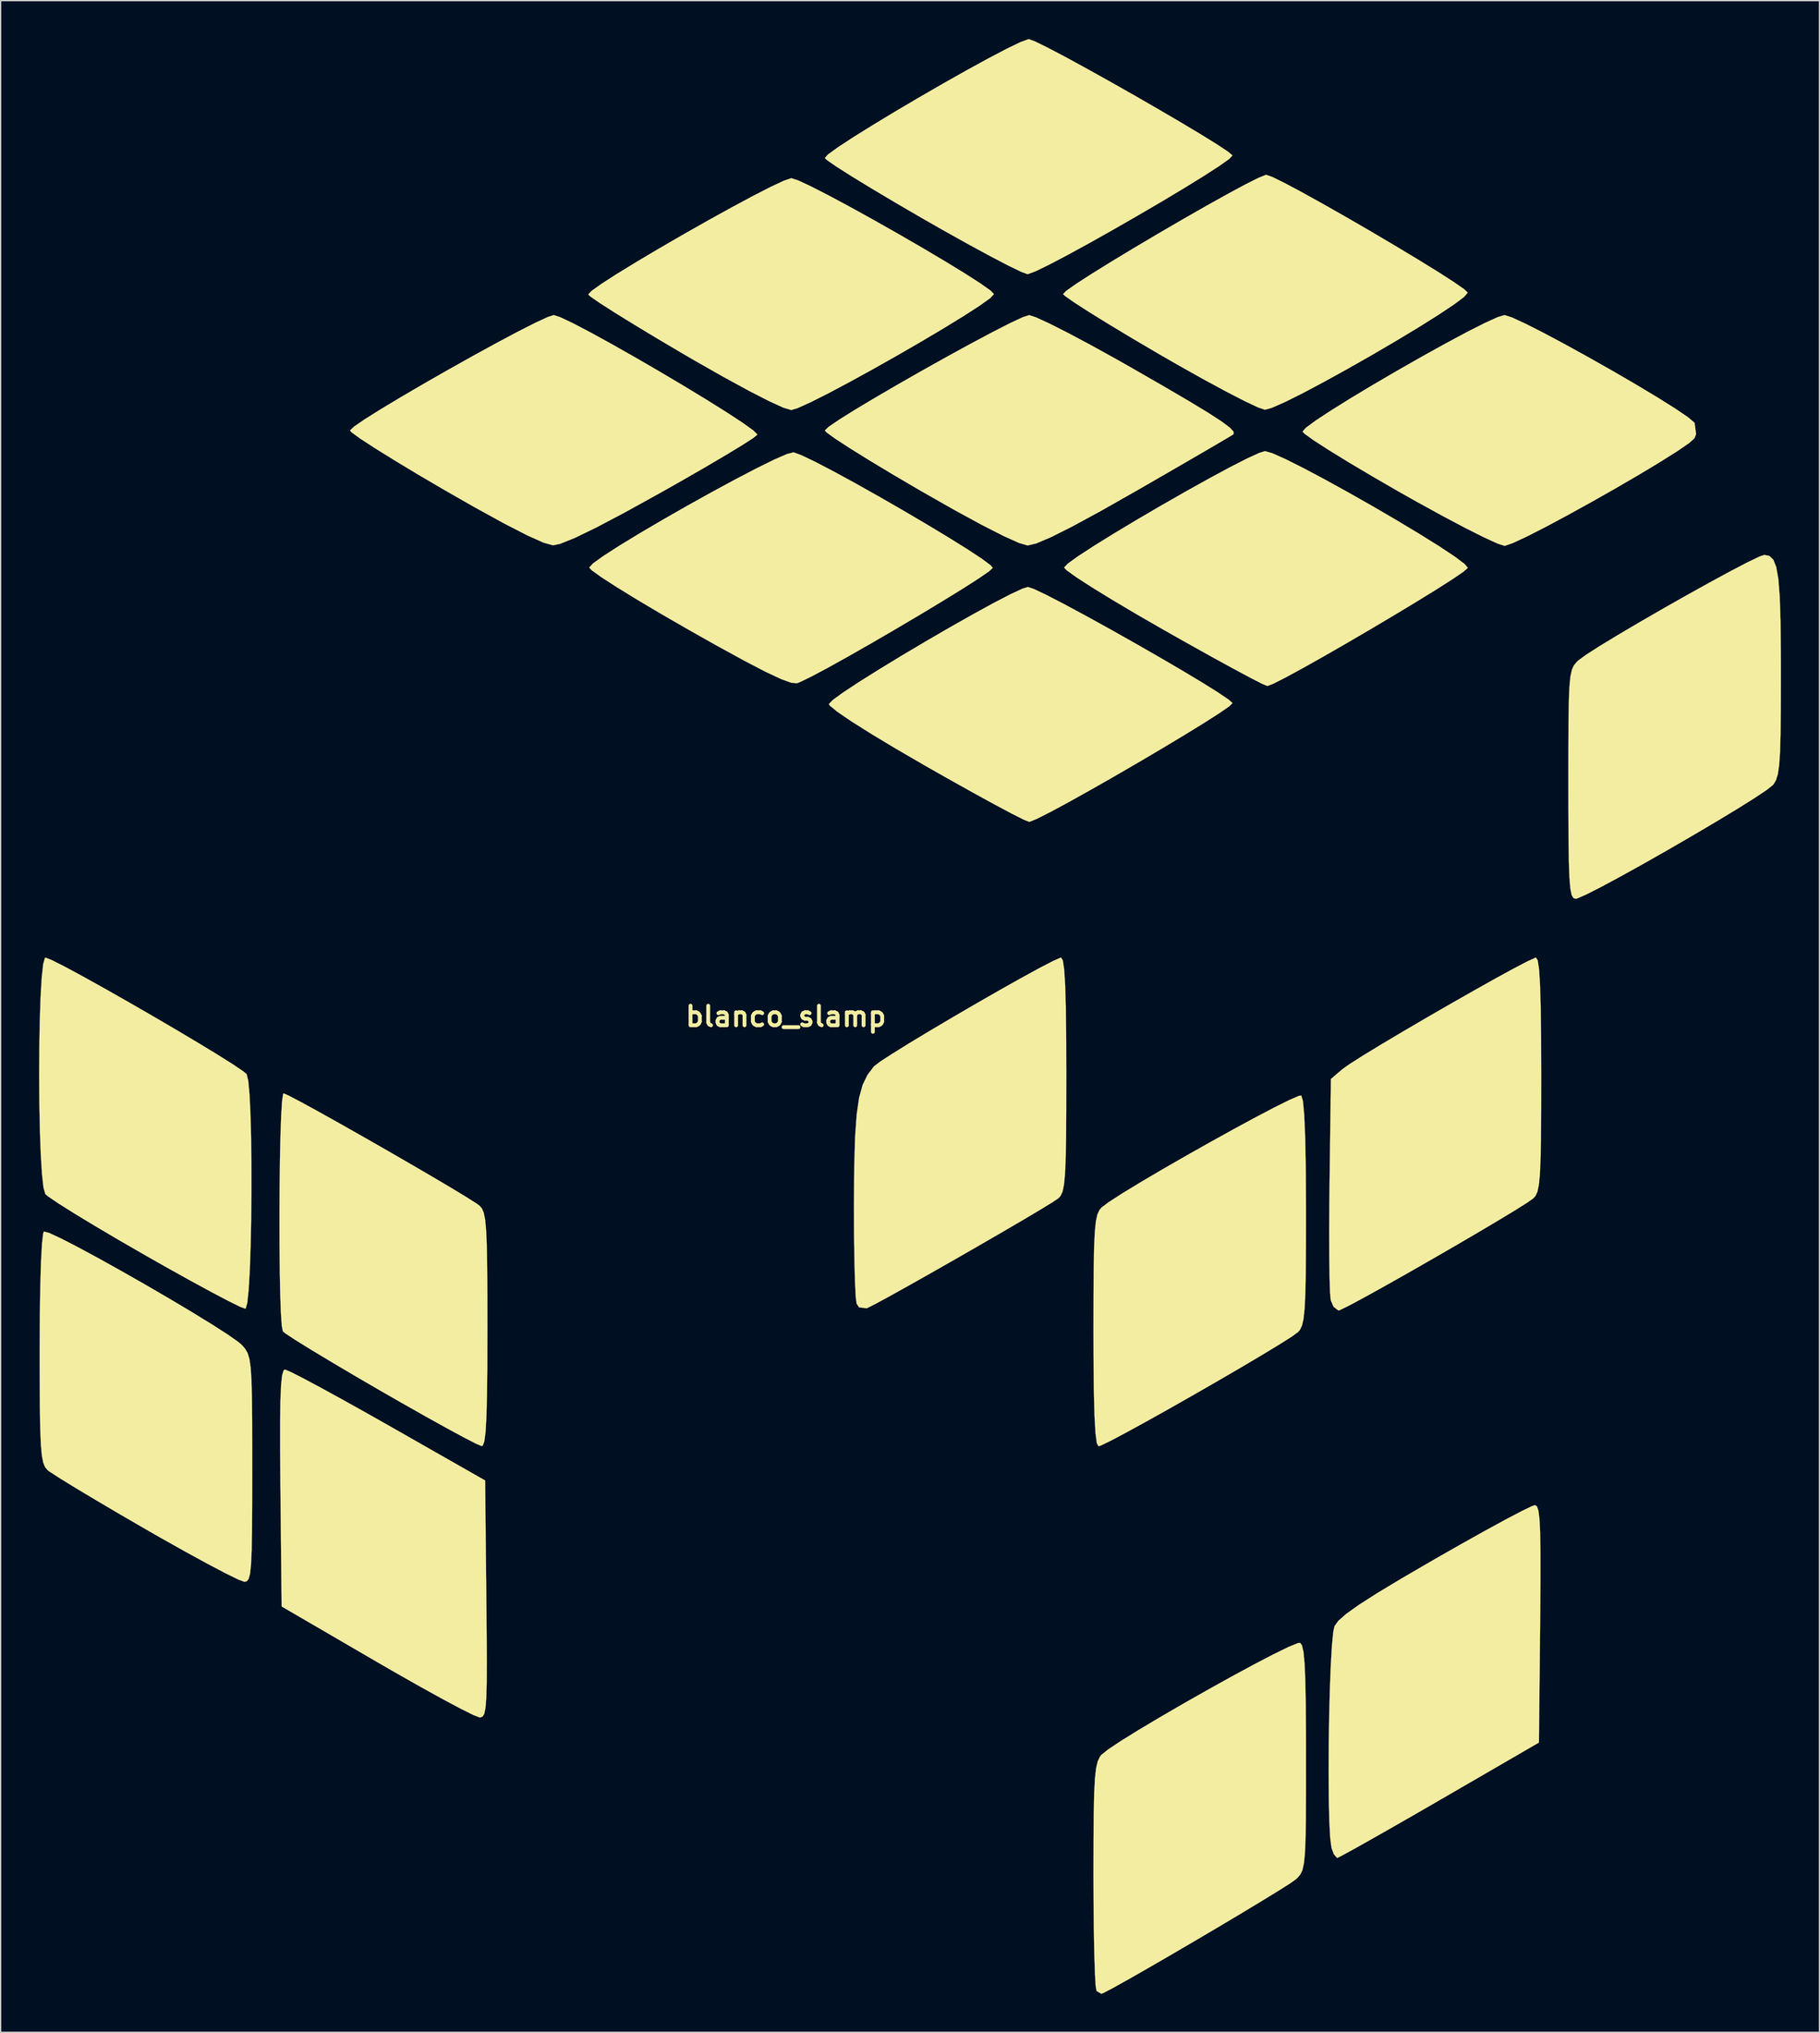
<source format=kicad_pcb>
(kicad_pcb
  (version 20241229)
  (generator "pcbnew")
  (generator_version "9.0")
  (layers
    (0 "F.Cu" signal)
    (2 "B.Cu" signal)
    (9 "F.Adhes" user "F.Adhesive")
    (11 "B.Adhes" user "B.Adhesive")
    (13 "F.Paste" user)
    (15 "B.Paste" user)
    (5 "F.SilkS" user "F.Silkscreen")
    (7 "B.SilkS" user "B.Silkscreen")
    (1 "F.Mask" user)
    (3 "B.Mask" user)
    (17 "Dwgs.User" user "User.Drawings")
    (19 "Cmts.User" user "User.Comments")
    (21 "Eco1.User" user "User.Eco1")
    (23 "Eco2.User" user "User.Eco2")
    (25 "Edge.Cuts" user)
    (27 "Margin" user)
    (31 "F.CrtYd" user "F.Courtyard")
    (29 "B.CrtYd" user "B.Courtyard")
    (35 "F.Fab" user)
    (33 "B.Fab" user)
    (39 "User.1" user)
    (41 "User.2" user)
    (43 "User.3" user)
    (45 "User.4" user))
  (footprint "blanco_slamp"
    (layer "F.Cu")
    (at 58.251 76.196)
    (property "Reference" "blanco_slamp" (at 0 0 0) (layer "F.SilkS") (effects (font (size 1.524 1.524) (thickness 0.3))))
    (attr through_hole)
    (fp_poly (pts (xy -38.657 27.701) (xy -37.715 28.178) (xy -36.34 28.911) (xy -34.619 29.853) (xy -32.642 30.956) (xy -31.044 31.86) (xy -23.46 36.178) (xy -23.366 45.43) (xy -23.34 48.226) (xy -23.329 50.395) (xy -23.338 52.017) (xy -23.372 53.168) (xy -23.434 53.929) (xy -23.529 54.378) (xy -23.663 54.593) (xy -23.838 54.652) (xy -23.895 54.652) (xy -24.364 54.472) (xy -25.348 53.983) (xy -26.757 53.233) (xy -28.497 52.272) (xy -30.477 51.15) (xy -31.926 50.313) (xy -39.335 46.002) (xy -39.429 36.76) (xy -39.452 33.854) (xy -39.452 31.589) (xy -39.428 29.896) (xy -39.376 28.711) (xy -39.294 27.968) (xy -39.18 27.599) (xy -39.076 27.53) (xy -38.657 27.701)) (stroke (width 0.01) (type solid)) (fill yes) (layer "F.SilkS"))
    (fp_poly (pts (xy 58.578 38.194) (xy 58.695 38.524) (xy 58.778 39.165) (xy 58.831 40.19) (xy 58.857 41.674) (xy 58.859 43.69) (xy 58.842 46.312) (xy 58.832 47.357) (xy 58.737 56.613) (xy 50.976 61.11) (xy 48.859 62.332) (xy 46.943 63.428) (xy 45.315 64.351) (xy 44.057 65.054) (xy 43.254 65.488) (xy 42.992 65.611) (xy 42.74 65.321) (xy 42.556 64.823) (xy 42.457 64.077) (xy 42.387 62.781) (xy 42.346 61.062) (xy 42.331 59.05) (xy 42.34 56.871) (xy 42.373 54.655) (xy 42.426 52.529) (xy 42.499 50.622) (xy 42.589 49.062) (xy 42.695 47.976) (xy 42.79 47.537) (xy 43.091 47.119) (xy 43.71 46.575) (xy 44.708 45.864) (xy 46.147 44.945) (xy 48.088 43.778) (xy 50.571 42.334) (xy 52.65 41.149) (xy 54.542 40.092) (xy 56.159 39.211) (xy 57.407 38.557) (xy 58.198 38.177) (xy 58.426 38.1) (xy 58.578 38.194)) (stroke (width 0.01) (type solid)) (fill yes) (layer "F.SilkS"))
    (fp_poly (pts (xy -17.586 -54.51) (xy -16.593 -54.038) (xy -15.225 -53.322) (xy -13.581 -52.419) (xy -11.758 -51.386) (xy -9.855 -50.282) (xy -7.968 -49.164) (xy -6.198 -48.089) (xy -4.64 -47.114) (xy -3.394 -46.299) (xy -2.557 -45.699) (xy -2.227 -45.373) (xy -2.227 -45.353) (xy -2.555 -45.089) (xy -3.415 -44.536) (xy -4.719 -43.745) (xy -6.381 -42.768) (xy -8.316 -41.656) (xy -9.727 -40.859) (xy -12.545 -39.302) (xy -14.787 -38.119) (xy -16.472 -37.303) (xy -17.615 -36.845) (xy -18.168 -36.731) (xy -18.891 -36.931) (xy -20.182 -37.508) (xy -22.02 -38.453) (xy -24.386 -39.755) (xy -26.635 -41.041) (xy -28.691 -42.246) (xy -30.524 -43.35) (xy -32.053 -44.299) (xy -33.193 -45.042) (xy -33.862 -45.526) (xy -34.005 -45.684) (xy -33.695 -45.981) (xy -32.863 -46.552) (xy -31.61 -47.339) (xy -30.037 -48.284) (xy -28.246 -49.33) (xy -26.337 -50.421) (xy -24.413 -51.498) (xy -22.574 -52.505) (xy -20.922 -53.384) (xy -19.557 -54.077) (xy -18.581 -54.529) (xy -18.107 -54.681) (xy -17.586 -54.51)) (stroke (width 0.01) (type solid)) (fill yes) (layer "F.SilkS"))
    (fp_poly (pts (xy 1.21 -43.757) (xy 2.282 -43.244) (xy 3.71 -42.499) (xy 5.396 -41.581) (xy 7.238 -40.547) (xy 9.136 -39.455) (xy 10.992 -38.364) (xy 12.703 -37.332) (xy 14.172 -36.416) (xy 15.296 -35.674) (xy 15.978 -35.165) (xy 16.137 -34.968) (xy 15.825 -34.685) (xy 14.997 -34.118) (xy 13.757 -33.326) (xy 12.205 -32.37) (xy 10.443 -31.309) (xy 8.572 -30.203) (xy 6.694 -29.111) (xy 4.909 -28.093) (xy 3.32 -27.209) (xy 2.028 -26.519) (xy 1.135 -26.083) (xy 0.866 -25.977) (xy 0.428 -26.011) (xy -0.373 -26.3) (xy -1.586 -26.868) (xy -3.261 -27.739) (xy -5.447 -28.938) (xy -7.601 -30.152) (xy -9.713 -31.369) (xy -11.606 -32.492) (xy -13.198 -33.47) (xy -14.404 -34.25) (xy -15.145 -34.782) (xy -15.346 -34.996) (xy -15.05 -35.319) (xy -14.228 -35.909) (xy -12.983 -36.709) (xy -11.415 -37.664) (xy -9.625 -38.715) (xy -7.716 -39.805) (xy -5.787 -40.878) (xy -3.941 -41.876) (xy -2.278 -42.742) (xy -0.9 -43.42) (xy 0.091 -43.852) (xy 0.594 -43.981) (xy 1.21 -43.757)) (stroke (width 0.01) (type solid)) (fill yes) (layer "F.SilkS"))
    (fp_poly (pts (xy 37.937 -43.913) (xy 38.971 -43.452) (xy 40.375 -42.748) (xy 42.049 -41.859) (xy 43.893 -40.843) (xy 45.808 -39.756) (xy 47.693 -38.655) (xy 49.449 -37.599) (xy 50.977 -36.645) (xy 52.176 -35.85) (xy 52.947 -35.271) (xy 53.191 -34.971) (xy 52.876 -34.689) (xy 52.046 -34.122) (xy 50.802 -33.327) (xy 49.244 -32.366) (xy 47.473 -31.297) (xy 45.589 -30.179) (xy 43.693 -29.071) (xy 41.885 -28.033) (xy 40.266 -27.124) (xy 38.936 -26.403) (xy 37.997 -25.929) (xy 37.553 -25.762) (xy 37.156 -25.927) (xy 36.235 -26.397) (xy 34.875 -27.125) (xy 33.163 -28.063) (xy 31.186 -29.166) (xy 29.439 -30.153) (xy 27.327 -31.37) (xy 25.434 -32.493) (xy 23.843 -33.471) (xy 22.637 -34.252) (xy 21.897 -34.784) (xy 21.696 -34.999) (xy 21.99 -35.308) (xy 22.804 -35.893) (xy 24.039 -36.696) (xy 25.592 -37.657) (xy 27.363 -38.719) (xy 29.252 -39.824) (xy 31.157 -40.912) (xy 32.978 -41.926) (xy 34.614 -42.808) (xy 35.964 -43.498) (xy 36.927 -43.939) (xy 37.371 -44.074) (xy 37.937 -43.913)) (stroke (width 0.01) (type solid)) (fill yes) (layer "F.SilkS"))
    (fp_poly (pts (xy 58.642 -4.366) (xy 58.747 -3.674) (xy 58.824 -2.463) (xy 58.876 -0.686) (xy 58.905 1.705) (xy 58.914 4.531) (xy 58.91 7.328) (xy 58.895 9.502) (xy 58.864 11.139) (xy 58.811 12.323) (xy 58.731 13.138) (xy 58.618 13.667) (xy 58.467 13.996) (xy 58.297 14.186) (xy 57.785 14.544) (xy 56.79 15.168) (xy 55.417 15.997) (xy 53.768 16.973) (xy 51.948 18.035) (xy 50.059 19.124) (xy 48.207 20.181) (xy 46.494 21.145) (xy 45.025 21.957) (xy 43.902 22.557) (xy 43.23 22.886) (xy 43.095 22.931) (xy 42.714 22.633) (xy 42.497 22.125) (xy 42.444 21.552) (xy 42.405 20.384) (xy 42.382 18.732) (xy 42.376 16.708) (xy 42.388 14.422) (xy 42.403 13.098) (xy 42.51 4.877) (xy 43.402 4.114) (xy 43.972 3.71) (xy 45.015 3.047) (xy 46.427 2.188) (xy 48.103 1.191) (xy 49.938 0.117) (xy 51.828 -0.973) (xy 53.668 -2.02) (xy 55.353 -2.964) (xy 56.779 -3.743) (xy 57.842 -4.298) (xy 58.436 -4.569) (xy 58.509 -4.586) (xy 58.642 -4.366)) (stroke (width 0.01) (type solid)) (fill yes) (layer "F.SilkS"))
    (fp_poly (pts (xy 0.953 -65.183) (xy 1.958 -64.716) (xy 3.341 -64.008) (xy 5.003 -63.117) (xy 6.842 -62.1) (xy 8.758 -61.016) (xy 10.651 -59.921) (xy 12.418 -58.873) (xy 13.96 -57.93) (xy 15.176 -57.15) (xy 15.965 -56.59) (xy 16.228 -56.315) (xy 15.933 -56) (xy 15.115 -55.413) (xy 13.875 -54.613) (xy 12.314 -53.655) (xy 10.533 -52.599) (xy 8.633 -51.501) (xy 6.714 -50.42) (xy 4.879 -49.413) (xy 3.227 -48.537) (xy 1.859 -47.851) (xy 0.878 -47.413) (xy 0.408 -47.277) (xy -0.192 -47.458) (xy -1.318 -47.972) (xy -2.895 -48.781) (xy -4.851 -49.847) (xy -7.112 -51.131) (xy -7.915 -51.598) (xy -9.975 -52.814) (xy -11.824 -53.929) (xy -13.376 -54.888) (xy -14.546 -55.638) (xy -15.249 -56.127) (xy -15.417 -56.285) (xy -15.161 -56.565) (xy -14.382 -57.121) (xy -13.178 -57.895) (xy -11.649 -58.831) (xy -9.894 -59.873) (xy -8.011 -60.963) (xy -6.101 -62.045) (xy -4.261 -63.062) (xy -2.591 -63.958) (xy -1.191 -64.676) (xy -0.158 -65.159) (xy 0.407 -65.351) (xy 0.429 -65.352) (xy 0.953 -65.183)) (stroke (width 0.01) (type solid)) (fill yes) (layer "F.SilkS"))
    (fp_poly (pts (xy 19.352 -33.322) (xy 20.325 -32.86) (xy 21.691 -32.154) (xy 23.348 -31.263) (xy 25.195 -30.245) (xy 27.128 -29.158) (xy 29.047 -28.059) (xy 30.848 -27.007) (xy 32.43 -26.059) (xy 33.69 -25.273) (xy 34.527 -24.708) (xy 34.837 -24.429) (xy 34.576 -24.173) (xy 33.796 -23.634) (xy 32.595 -22.867) (xy 31.071 -21.93) (xy 29.322 -20.88) (xy 27.446 -19.774) (xy 25.541 -18.67) (xy 23.706 -17.625) (xy 22.039 -16.696) (xy 20.637 -15.941) (xy 19.599 -15.416) (xy 19.022 -15.179) (xy 18.969 -15.171) (xy 18.55 -15.34) (xy 17.608 -15.815) (xy 16.234 -16.547) (xy 14.515 -17.49) (xy 12.539 -18.594) (xy 10.936 -19.504) (xy 8.645 -20.833) (xy 6.683 -22.012) (xy 5.117 -22.998) (xy 4.01 -23.752) (xy 3.426 -24.23) (xy 3.351 -24.353) (xy 3.644 -24.664) (xy 4.455 -25.254) (xy 5.684 -26.064) (xy 7.229 -27.034) (xy 8.991 -28.107) (xy 10.868 -29.221) (xy 12.76 -30.319) (xy 14.566 -31.34) (xy 16.185 -32.227) (xy 17.516 -32.918) (xy 18.46 -33.356) (xy 18.875 -33.484) (xy 19.352 -33.322)) (stroke (width 0.01) (type solid)) (fill yes) (layer "F.SilkS"))
    (fp_poly (pts (xy 37.957 -65.443) (xy 38.925 -64.966) (xy 40.279 -64.244) (xy 41.917 -63.335) (xy 43.74 -62.299) (xy 45.646 -61.195) (xy 47.534 -60.08) (xy 49.304 -59.015) (xy 50.855 -58.059) (xy 52.085 -57.269) (xy 52.895 -56.706) (xy 53.182 -56.434) (xy 52.917 -56.111) (xy 52.128 -55.517) (xy 50.914 -54.708) (xy 49.376 -53.743) (xy 47.613 -52.679) (xy 45.724 -51.573) (xy 43.81 -50.485) (xy 41.97 -49.47) (xy 40.305 -48.586) (xy 38.913 -47.892) (xy 37.894 -47.445) (xy 37.364 -47.301) (xy 36.829 -47.481) (xy 35.782 -47.973) (xy 34.321 -48.726) (xy 32.539 -49.69) (xy 30.533 -50.815) (xy 29.131 -51.622) (xy 27.068 -52.835) (xy 25.217 -53.948) (xy 23.663 -54.908) (xy 22.491 -55.662) (xy 21.786 -56.157) (xy 21.617 -56.319) (xy 21.877 -56.581) (xy 22.655 -57.128) (xy 23.855 -57.901) (xy 25.377 -58.845) (xy 27.125 -59.901) (xy 28.999 -61.011) (xy 30.903 -62.119) (xy 32.737 -63.167) (xy 34.405 -64.097) (xy 35.807 -64.853) (xy 36.847 -65.376) (xy 37.425 -65.609) (xy 37.476 -65.615) (xy 37.957 -65.443)) (stroke (width 0.01) (type solid)) (fill yes) (layer "F.SilkS"))
    (fp_poly (pts (xy -57.302 -4.413) (xy -56.346 -3.934) (xy -54.995 -3.208) (xy -53.35 -2.296) (xy -51.516 -1.257) (xy -49.595 -0.152) (xy -47.691 0.961) (xy -45.908 2.021) (xy -44.349 2.967) (xy -43.118 3.742) (xy -42.316 4.284) (xy -42.063 4.499) (xy -41.937 5.004) (xy -41.838 6.075) (xy -41.763 7.599) (xy -41.714 9.461) (xy -41.689 11.546) (xy -41.687 13.74) (xy -41.709 15.928) (xy -41.753 17.996) (xy -41.818 19.83) (xy -41.905 21.315) (xy -42.013 22.336) (xy -42.141 22.78) (xy -42.157 22.789) (xy -42.55 22.647) (xy -43.465 22.198) (xy -44.813 21.489) (xy -46.508 20.568) (xy -48.459 19.481) (xy -49.918 18.654) (xy -52.011 17.447) (xy -53.911 16.326) (xy -55.528 15.346) (xy -56.772 14.563) (xy -57.551 14.034) (xy -57.767 13.849) (xy -57.913 13.324) (xy -58.031 12.241) (xy -58.124 10.712) (xy -58.191 8.849) (xy -58.232 6.765) (xy -58.246 4.573) (xy -58.235 2.384) (xy -58.198 0.311) (xy -58.136 -1.533) (xy -58.047 -3.036) (xy -57.933 -4.084) (xy -57.794 -4.567) (xy -57.757 -4.586) (xy -57.302 -4.413)) (stroke (width 0.01) (type solid)) (fill yes) (layer "F.SilkS"))
    (fp_poly (pts (xy 19.426 -76.019) (xy 20.391 -75.547) (xy 21.748 -74.834) (xy 23.395 -73.937) (xy 25.232 -72.915) (xy 27.156 -71.825) (xy 29.065 -70.725) (xy 30.858 -69.675) (xy 32.434 -68.731) (xy 33.689 -67.952) (xy 34.524 -67.395) (xy 34.834 -67.125) (xy 34.578 -66.853) (xy 33.8 -66.3) (xy 32.598 -65.525) (xy 31.071 -64.583) (xy 29.316 -63.532) (xy 27.431 -62.429) (xy 25.515 -61.329) (xy 23.666 -60.29) (xy 21.982 -59.369) (xy 20.56 -58.623) (xy 19.5 -58.107) (xy 18.898 -57.879) (xy 18.842 -57.873) (xy 18.358 -58.049) (xy 17.358 -58.532) (xy 15.934 -59.275) (xy 14.178 -60.228) (xy 12.183 -61.342) (xy 10.688 -62.195) (xy 8.606 -63.406) (xy 6.733 -64.519) (xy 5.154 -65.483) (xy 3.955 -66.243) (xy 3.223 -66.748) (xy 3.033 -66.922) (xy 3.278 -67.2) (xy 4.044 -67.757) (xy 5.235 -68.537) (xy 6.753 -69.483) (xy 8.499 -70.538) (xy 10.376 -71.645) (xy 12.286 -72.747) (xy 14.13 -73.787) (xy 15.812 -74.707) (xy 17.234 -75.452) (xy 18.297 -75.964) (xy 18.903 -76.186) (xy 18.955 -76.191) (xy 19.426 -76.019)) (stroke (width 0.01) (type solid)) (fill yes) (layer "F.SilkS"))
    (fp_poly (pts (xy 19.497 -54.509) (xy 20.535 -54.033) (xy 21.987 -53.299) (xy 23.756 -52.358) (xy 25.745 -51.26) (xy 26.908 -50.601) (xy 29.468 -49.129) (xy 31.463 -47.961) (xy 32.951 -47.059) (xy 33.985 -46.388) (xy 34.621 -45.913) (xy 34.915 -45.596) (xy 34.921 -45.402) (xy 34.904 -45.384) (xy 34.567 -45.176) (xy 33.704 -44.667) (xy 32.4 -43.906) (xy 30.74 -42.943) (xy 28.81 -41.828) (xy 27.315 -40.966) (xy 24.55 -39.399) (xy 22.349 -38.204) (xy 20.685 -37.368) (xy 19.531 -36.877) (xy 18.861 -36.719) (xy 18.848 -36.719) (xy 18.181 -36.914) (xy 16.971 -37.459) (xy 15.272 -38.325) (xy 13.139 -39.486) (xy 10.625 -40.914) (xy 10.407 -41.041) (xy 8.351 -42.246) (xy 6.516 -43.35) (xy 4.987 -44.3) (xy 3.846 -45.043) (xy 3.176 -45.527) (xy 3.032 -45.685) (xy 3.34 -45.976) (xy 4.17 -46.541) (xy 5.422 -47.322) (xy 6.994 -48.262) (xy 8.785 -49.305) (xy 10.694 -50.393) (xy 12.62 -51.469) (xy 14.463 -52.477) (xy 16.121 -53.359) (xy 17.493 -54.058) (xy 18.478 -54.517) (xy 18.971 -54.679) (xy 19.497 -54.509)) (stroke (width 0.01) (type solid)) (fill yes) (layer "F.SilkS"))
    (fp_poly (pts (xy 56.607 -54.507) (xy 57.651 -54.029) (xy 59.073 -53.309) (xy 60.763 -52.408) (xy 62.611 -51.39) (xy 64.507 -50.316) (xy 66.341 -49.249) (xy 68.003 -48.251) (xy 69.383 -47.385) (xy 70.372 -46.713) (xy 70.86 -46.297) (xy 70.881 -46.265) (xy 70.994 -45.401) (xy 70.874 -45.082) (xy 70.453 -44.703) (xy 69.517 -44.061) (xy 68.176 -43.217) (xy 66.54 -42.233) (xy 64.718 -41.173) (xy 62.823 -40.099) (xy 60.963 -39.072) (xy 59.249 -38.156) (xy 57.791 -37.413) (xy 56.7 -36.905) (xy 56.085 -36.694) (xy 56.049 -36.691) (xy 55.516 -36.862) (xy 54.469 -37.34) (xy 53.004 -38.075) (xy 51.217 -39.02) (xy 49.204 -40.126) (xy 47.801 -40.916) (xy 45.732 -42.112) (xy 43.877 -43.214) (xy 42.322 -44.169) (xy 41.153 -44.924) (xy 40.456 -45.426) (xy 40.295 -45.596) (xy 40.558 -45.898) (xy 41.344 -46.475) (xy 42.554 -47.269) (xy 44.087 -48.222) (xy 45.845 -49.277) (xy 47.728 -50.375) (xy 49.635 -51.461) (xy 51.468 -52.476) (xy 53.126 -53.363) (xy 54.511 -54.064) (xy 55.521 -54.523) (xy 56.05 -54.681) (xy 56.607 -54.507)) (stroke (width 0.01) (type solid)) (fill yes) (layer "F.SilkS"))
    (fp_poly (pts (xy 40.33 6.603) (xy 40.434 7.739) (xy 40.509 9.557) (xy 40.554 12.048) (xy 40.569 15.19) (xy 40.565 17.935) (xy 40.549 20.061) (xy 40.516 21.655) (xy 40.459 22.803) (xy 40.373 23.591) (xy 40.253 24.107) (xy 40.092 24.437) (xy 39.949 24.606) (xy 39.473 24.953) (xy 38.504 25.568) (xy 37.144 26.393) (xy 35.496 27.369) (xy 33.664 28.435) (xy 31.752 29.534) (xy 29.862 30.606) (xy 28.098 31.592) (xy 26.564 32.432) (xy 25.362 33.069) (xy 24.596 33.441) (xy 24.381 33.514) (xy 24.249 33.26) (xy 24.145 32.473) (xy 24.069 31.116) (xy 24.019 29.152) (xy 23.993 26.544) (xy 23.989 24.518) (xy 23.993 21.741) (xy 24.008 19.584) (xy 24.04 17.961) (xy 24.095 16.787) (xy 24.178 15.976) (xy 24.294 15.444) (xy 24.449 15.103) (xy 24.612 14.905) (xy 25.16 14.489) (xy 26.183 13.827) (xy 27.579 12.976) (xy 29.247 11.993) (xy 31.085 10.935) (xy 32.992 9.858) (xy 34.866 8.82) (xy 36.606 7.878) (xy 38.111 7.089) (xy 39.278 6.509) (xy 40.006 6.195) (xy 40.197 6.162) (xy 40.33 6.603)) (stroke (width 0.01) (type solid)) (fill yes) (layer "F.SilkS"))
    (fp_poly (pts (xy -38.79 6.167) (xy -37.893 6.636) (xy -36.594 7.345) (xy -34.997 8.236) (xy -33.204 9.249) (xy -31.32 10.325) (xy -29.448 11.405) (xy -27.689 12.43) (xy -26.148 13.341) (xy -24.928 14.079) (xy -24.132 14.585) (xy -23.901 14.752) (xy -23.712 14.968) (xy -23.565 15.312) (xy -23.456 15.865) (xy -23.379 16.714) (xy -23.329 17.941) (xy -23.3 19.631) (xy -23.286 21.867) (xy -23.283 24.396) (xy -23.291 27.299) (xy -23.315 29.56) (xy -23.36 31.243) (xy -23.428 32.412) (xy -23.522 33.13) (xy -23.646 33.461) (xy -23.724 33.501) (xy -24.142 33.327) (xy -25.079 32.846) (xy -26.447 32.107) (xy -28.156 31.159) (xy -30.116 30.049) (xy -31.574 29.213) (xy -33.649 28.006) (xy -35.522 26.898) (xy -37.105 25.945) (xy -38.309 25.197) (xy -39.048 24.709) (xy -39.241 24.552) (xy -39.326 24.089) (xy -39.395 23.056) (xy -39.446 21.564) (xy -39.482 19.727) (xy -39.501 17.655) (xy -39.504 15.463) (xy -39.493 13.261) (xy -39.466 11.162) (xy -39.425 9.279) (xy -39.369 7.723) (xy -39.3 6.607) (xy -39.217 6.043) (xy -39.183 5.997) (xy -38.79 6.167)) (stroke (width 0.01) (type solid)) (fill yes) (layer "F.SilkS"))
    (fp_poly (pts (xy 21.601 -4.366) (xy 21.705 -3.674) (xy 21.782 -2.463) (xy 21.834 -0.686) (xy 21.864 1.705) (xy 21.872 4.531) (xy 21.868 7.327) (xy 21.854 9.501) (xy 21.822 11.138) (xy 21.769 12.321) (xy 21.689 13.135) (xy 21.576 13.662) (xy 21.426 13.989) (xy 21.255 14.178) (xy 20.79 14.49) (xy 19.818 15.083) (xy 18.45 15.896) (xy 16.793 16.864) (xy 14.959 17.925) (xy 13.055 19.017) (xy 11.193 20.077) (xy 9.48 21.042) (xy 8.026 21.85) (xy 6.941 22.437) (xy 6.334 22.741) (xy 6.3 22.755) (xy 5.711 22.682) (xy 5.514 22.393) (xy 5.447 21.877) (xy 5.391 20.771) (xy 5.346 19.189) (xy 5.317 17.248) (xy 5.307 15.061) (xy 5.307 14.523) (xy 5.33 11.658) (xy 5.396 9.403) (xy 5.518 7.661) (xy 5.71 6.336) (xy 5.987 5.334) (xy 6.363 4.558) (xy 6.851 3.912) (xy 6.869 3.892) (xy 7.331 3.537) (xy 8.286 2.914) (xy 9.626 2.083) (xy 11.246 1.107) (xy 13.037 0.047) (xy 14.894 -1.033) (xy 16.708 -2.072) (xy 18.374 -3.008) (xy 19.784 -3.778) (xy 20.831 -4.321) (xy 21.409 -4.575) (xy 21.467 -4.586) (xy 21.601 -4.366)) (stroke (width 0.01) (type solid)) (fill yes) (layer "F.SilkS"))
    (fp_poly (pts (xy -57.479 16.874) (xy -56.581 17.289) (xy -55.283 17.955) (xy -53.687 18.815) (xy -51.896 19.811) (xy -50.009 20.885) (xy -48.128 21.979) (xy -46.355 23.035) (xy -44.791 23.994) (xy -43.537 24.799) (xy -42.695 25.391) (xy -42.422 25.628) (xy -42.177 25.917) (xy -41.988 26.24) (xy -41.849 26.687) (xy -41.751 27.347) (xy -41.687 28.31) (xy -41.65 29.667) (xy -41.633 31.507) (xy -41.628 33.919) (xy -41.628 35.297) (xy -41.631 38.019) (xy -41.644 40.116) (xy -41.672 41.668) (xy -41.722 42.756) (xy -41.799 43.461) (xy -41.908 43.862) (xy -42.056 44.041) (xy -42.245 44.078) (xy -42.717 43.902) (xy -43.703 43.419) (xy -45.108 42.68) (xy -46.838 41.735) (xy -48.797 40.635) (xy -49.918 39.993) (xy -51.969 38.803) (xy -53.84 37.701) (xy -55.435 36.746) (xy -56.658 35.994) (xy -57.414 35.504) (xy -57.591 35.372) (xy -57.782 35.143) (xy -57.929 34.787) (xy -58.039 34.219) (xy -58.115 33.352) (xy -58.165 32.103) (xy -58.194 30.386) (xy -58.206 28.114) (xy -58.208 25.895) (xy -58.196 23.277) (xy -58.159 20.992) (xy -58.103 19.121) (xy -58.028 17.745) (xy -57.939 16.943) (xy -57.878 16.771) (xy -57.479 16.874)) (stroke (width 0.01) (type solid)) (fill yes) (layer "F.SilkS"))
    (fp_poly (pts (xy 40.252 49.029) (xy 40.369 49.529) (xy 40.455 50.408) (xy 40.514 51.735) (xy 40.55 53.583) (xy 40.567 56.023) (xy 40.569 57.783) (xy 40.568 60.494) (xy 40.558 62.587) (xy 40.532 64.152) (xy 40.483 65.278) (xy 40.403 66.052) (xy 40.286 66.564) (xy 40.123 66.902) (xy 39.907 67.154) (xy 39.776 67.277) (xy 39.321 67.598) (xy 38.377 68.195) (xy 37.048 69.009) (xy 35.436 69.981) (xy 33.642 71.049) (xy 31.769 72.153) (xy 29.92 73.234) (xy 28.196 74.231) (xy 26.7 75.085) (xy 25.534 75.734) (xy 24.801 76.12) (xy 24.601 76.2) (xy 24.257 75.997) (xy 24.224 75.965) (xy 24.159 75.561) (xy 24.101 74.55) (xy 24.053 73.031) (xy 24.016 71.101) (xy 23.994 68.859) (xy 23.989 67.008) (xy 23.993 64.27) (xy 24.01 62.149) (xy 24.045 60.558) (xy 24.104 59.409) (xy 24.193 58.614) (xy 24.318 58.085) (xy 24.484 57.735) (xy 24.606 57.572) (xy 25.114 57.161) (xy 26.109 56.498) (xy 27.486 55.644) (xy 29.144 54.655) (xy 30.978 53.591) (xy 32.886 52.508) (xy 34.764 51.465) (xy 36.51 50.521) (xy 38.021 49.734) (xy 39.192 49.161) (xy 39.922 48.861) (xy 40.101 48.834) (xy 40.252 49.029)) (stroke (width 0.01) (type solid)) (fill yes) (layer "F.SilkS"))
    (fp_poly (pts (xy 76.711 -35.903) (xy 77.019 -35.612) (xy 77.249 -35.034) (xy 77.413 -34.095) (xy 77.52 -32.718) (xy 77.582 -30.829) (xy 77.608 -28.352) (xy 77.611 -26.697) (xy 77.606 -24.096) (xy 77.586 -22.107) (xy 77.545 -20.638) (xy 77.476 -19.595) (xy 77.372 -18.886) (xy 77.227 -18.418) (xy 77.034 -18.097) (xy 76.994 -18.048) (xy 76.511 -17.661) (xy 75.531 -17.008) (xy 74.158 -16.15) (xy 72.499 -15.147) (xy 70.659 -14.062) (xy 68.743 -12.953) (xy 66.857 -11.883) (xy 65.107 -10.912) (xy 63.599 -10.101) (xy 62.438 -9.511) (xy 61.729 -9.203) (xy 61.593 -9.172) (xy 61.42 -9.236) (xy 61.285 -9.478) (xy 61.185 -9.978) (xy 61.115 -10.815) (xy 61.07 -12.067) (xy 61.044 -13.813) (xy 61.032 -16.132) (xy 61.031 -18.107) (xy 61.032 -20.845) (xy 61.042 -22.966) (xy 61.067 -24.557) (xy 61.114 -25.705) (xy 61.191 -26.498) (xy 61.305 -27.024) (xy 61.463 -27.37) (xy 61.673 -27.624) (xy 61.824 -27.767) (xy 62.405 -28.193) (xy 63.461 -28.87) (xy 64.882 -29.733) (xy 66.559 -30.723) (xy 68.384 -31.776) (xy 70.248 -32.832) (xy 72.041 -33.828) (xy 73.654 -34.703) (xy 74.98 -35.395) (xy 75.908 -35.842) (xy 76.315 -35.983) (xy 76.711 -35.903)) (stroke (width 0.01) (type solid)) (fill yes) (layer "F.SilkS")))
  (gr_rect
    (start -3 -3)
    (end 138.868 155.401)
    (stroke (width 0.1) (type default))
    (fill no)
    (layer "Edge.Cuts")))
</source>
